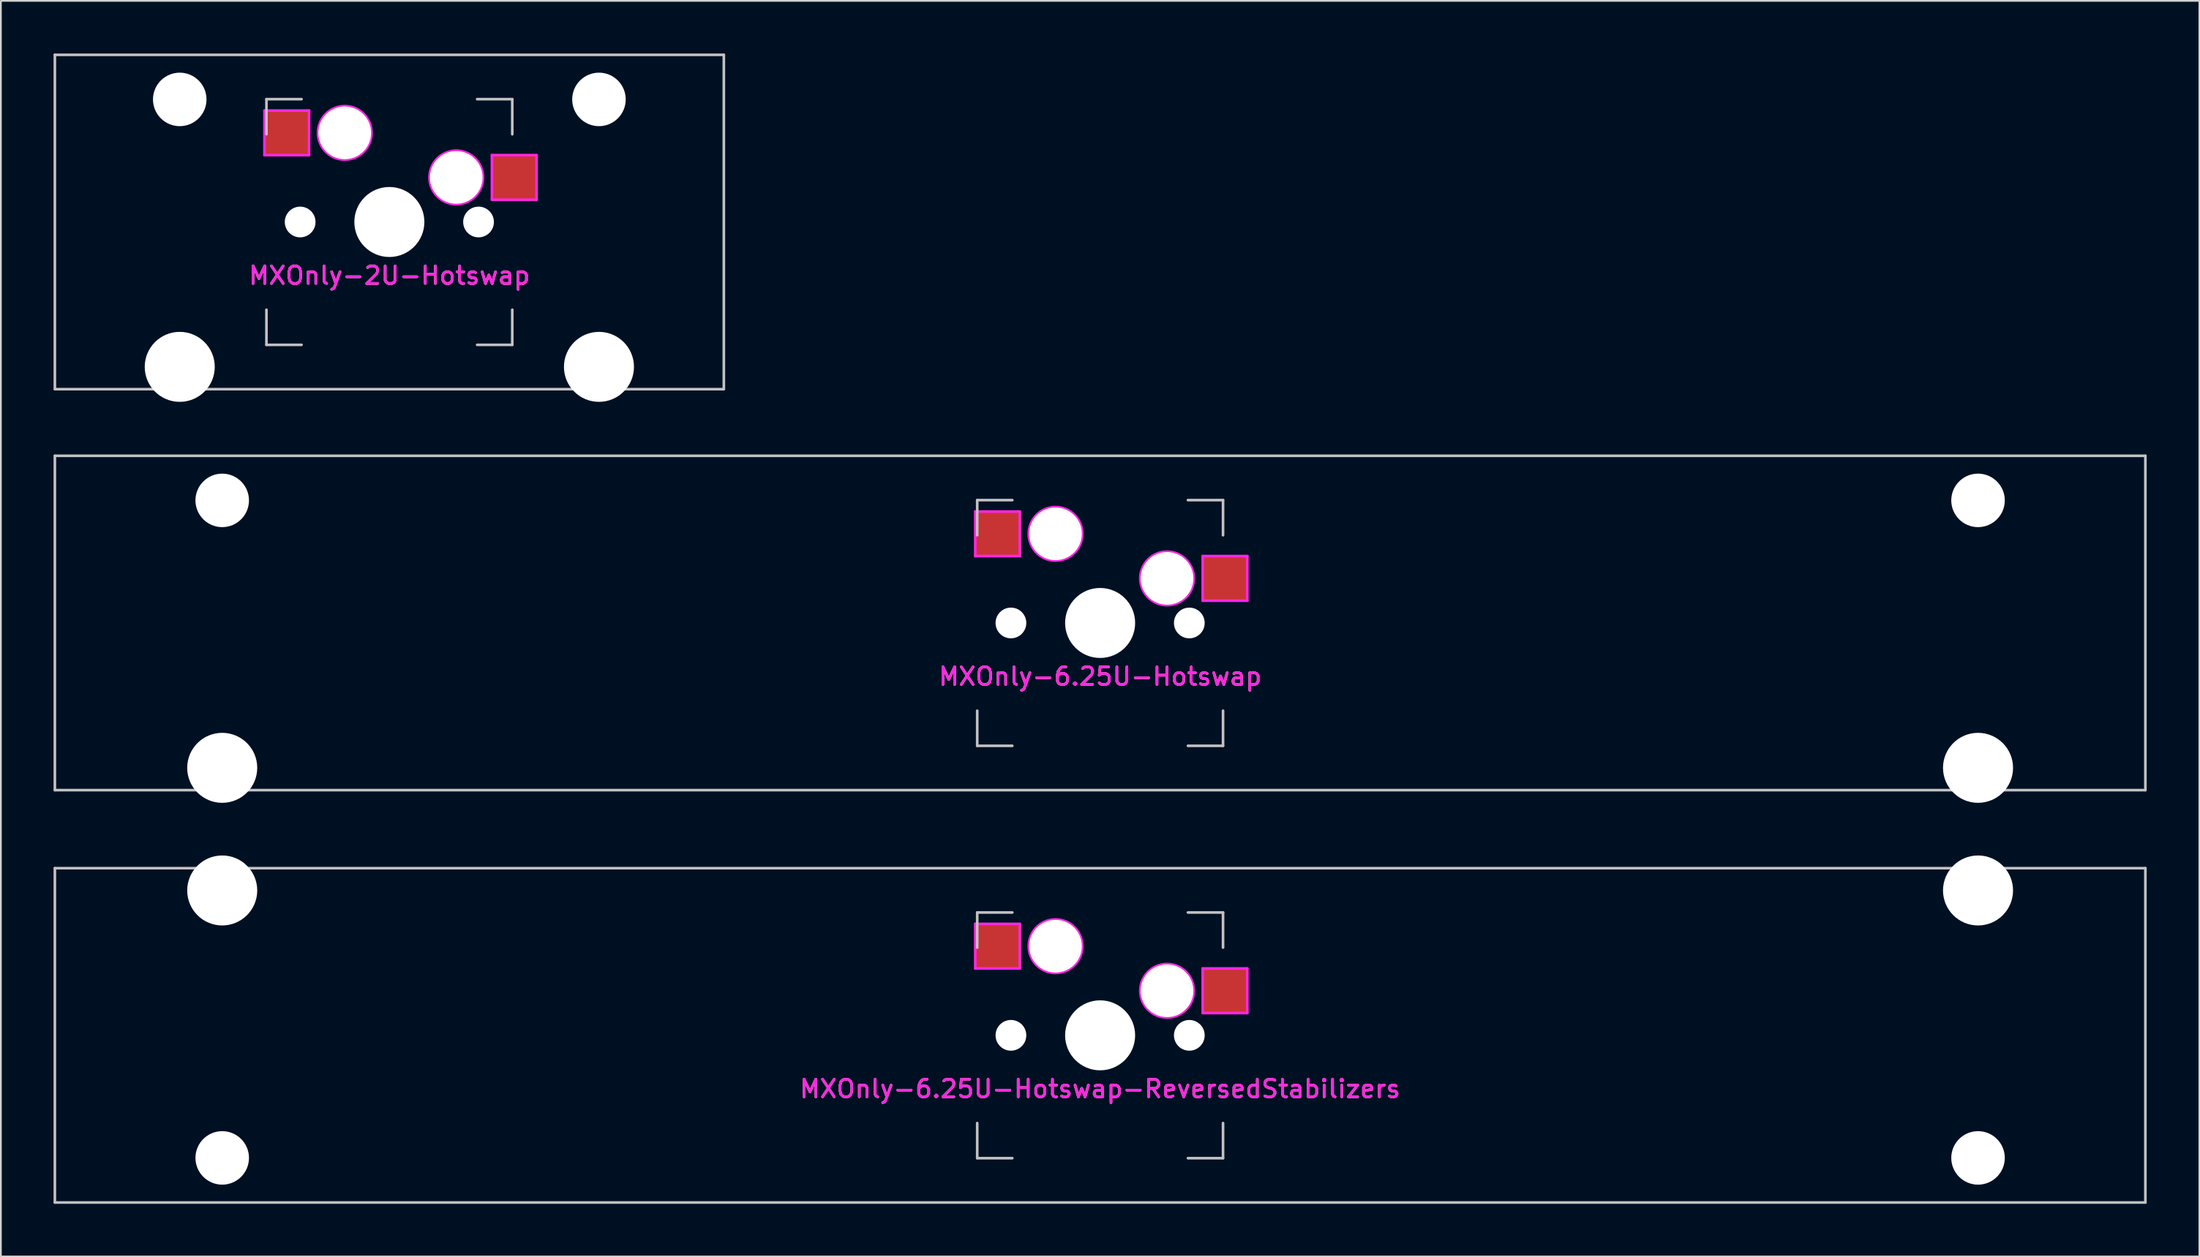
<source format=kicad_pcb>
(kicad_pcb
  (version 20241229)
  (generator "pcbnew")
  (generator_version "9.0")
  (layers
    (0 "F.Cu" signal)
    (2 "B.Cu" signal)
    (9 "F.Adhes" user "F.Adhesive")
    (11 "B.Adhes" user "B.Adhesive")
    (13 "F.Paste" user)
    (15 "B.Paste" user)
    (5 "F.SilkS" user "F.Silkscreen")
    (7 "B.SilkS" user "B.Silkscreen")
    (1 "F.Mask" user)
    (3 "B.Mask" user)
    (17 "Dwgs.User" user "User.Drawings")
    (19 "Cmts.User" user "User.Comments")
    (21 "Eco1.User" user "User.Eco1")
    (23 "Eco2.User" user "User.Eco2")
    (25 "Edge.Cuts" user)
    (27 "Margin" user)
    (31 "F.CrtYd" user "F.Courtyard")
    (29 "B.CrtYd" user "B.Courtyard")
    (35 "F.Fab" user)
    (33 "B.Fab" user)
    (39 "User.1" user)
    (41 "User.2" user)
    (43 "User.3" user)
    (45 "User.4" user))
  (footprint "MXOnly-6.25U-Hotswap"
    (layer "F.Cu")
    (at 59.606 32.449)
    (property "Reference" "MXOnly-6.25U-Hotswap" (at 0 3.048 0) (layer "F.CrtYd") (effects (font (size 1 1) (thickness 0.15))))
    (attr smd)
    (fp_line (start -59.531 -9.525) (end -59.531 9.525) (stroke (width 0.15) (type solid)) (layer "Dwgs.User"))
    (fp_line (start -59.531 9.525) (end 59.531 9.525) (stroke (width 0.15) (type solid)) (layer "Dwgs.User"))
    (fp_line (start -7 -7) (end -7 -5) (stroke (width 0.15) (type solid)) (layer "Dwgs.User"))
    (fp_line (start -7 7) (end -7 5) (stroke (width 0.15) (type solid)) (layer "Dwgs.User"))
    (fp_line (start -5 -7) (end -7 -7) (stroke (width 0.15) (type solid)) (layer "Dwgs.User"))
    (fp_line (start -5 7) (end -7 7) (stroke (width 0.15) (type solid)) (layer "Dwgs.User"))
    (fp_line (start 5 -7) (end 7 -7) (stroke (width 0.15) (type solid)) (layer "Dwgs.User"))
    (fp_line (start 7 -7) (end 7 -5) (stroke (width 0.15) (type solid)) (layer "Dwgs.User"))
    (fp_line (start 7 5) (end 7 7) (stroke (width 0.15) (type solid)) (layer "Dwgs.User"))
    (fp_line (start 7 7) (end 5 7) (stroke (width 0.15) (type solid)) (layer "Dwgs.User"))
    (fp_line (start 59.531 -9.525) (end -59.531 -9.525) (stroke (width 0.15) (type solid)) (layer "Dwgs.User"))
    (fp_line (start 59.531 9.525) (end 59.531 -9.525) (stroke (width 0.15) (type solid)) (layer "Dwgs.User"))
    (fp_line (start -7.112 -6.35) (end -7.112 -3.81) (stroke (width 0.15) (type solid)) (layer "F.CrtYd"))
    (fp_line (start -7.112 -3.81) (end -4.572 -3.81) (stroke (width 0.15) (type solid)) (layer "F.CrtYd"))
    (fp_line (start -4.572 -6.35) (end -7.112 -6.35) (stroke (width 0.15) (type solid)) (layer "F.CrtYd"))
    (fp_line (start -4.572 -3.81) (end -4.572 -6.35) (stroke (width 0.15) (type solid)) (layer "F.CrtYd"))
    (fp_line (start 5.842 -3.81) (end 5.842 -1.27) (stroke (width 0.15) (type solid)) (layer "F.CrtYd"))
    (fp_line (start 5.842 -1.27) (end 8.382 -1.27) (stroke (width 0.15) (type solid)) (layer "F.CrtYd"))
    (fp_line (start 8.382 -3.81) (end 5.842 -3.81) (stroke (width 0.15) (type solid)) (layer "F.CrtYd"))
    (fp_line (start 8.382 -1.27) (end 8.382 -3.81) (stroke (width 0.15) (type solid)) (layer "F.CrtYd"))
    (fp_circle (center -2.54 -5.08) (end -2.54 -6.604) (stroke (width 0.15) (type solid)) (fill no) (layer "F.CrtYd"))
    (fp_circle (center 3.81 -2.54) (end 3.81 -4.064) (stroke (width 0.15) (type solid)) (fill no) (layer "F.CrtYd"))
    (fp_text user "${REFERENCE}" (at 0 3.048 0) (layer "F.SilkS") (effects (font (size 1 1) (thickness 0.15))))
    (pad "" np_thru_hole circle (at -50 -6.985) (size 3.048 3.048) (drill 3.048) (layers "*.Cu" "*.Mask"))
    (pad "" np_thru_hole circle (at -50 8.255) (size 3.988 3.988) (drill 3.988) (layers "*.Cu" "*.Mask"))
    (pad "" np_thru_hole circle (at -5.08 0 311.9) (size 1.75 1.75) (drill 1.75) (layers "*.Cu" "*.Mask"))
    (pad "" np_thru_hole circle (at -2.54 -5.08) (size 3 3) (drill 3) (layers "*.Cu" "*.Mask"))
    (pad "" np_thru_hole circle (at 0 0) (size 3.988 3.988) (drill 3.988) (layers "*.Cu" "*.Mask"))
    (pad "" np_thru_hole circle (at 3.81 -2.54) (size 3 3) (drill 3) (layers "*.Cu" "*.Mask"))
    (pad "" np_thru_hole circle (at 5.08 0 311.9) (size 1.75 1.75) (drill 1.75) (layers "*.Cu" "*.Mask"))
    (pad "" np_thru_hole circle (at 50 -6.985) (size 3.048 3.048) (drill 3.048) (layers "*.Cu" "*.Mask"))
    (pad "" np_thru_hole circle (at 50 8.255) (size 3.988 3.988) (drill 3.988) (layers "*.Cu" "*.Mask"))
    (pad "1" smd rect (at 7.085 -2.54) (size 2.55 2.5) (layers "F.Cu" "F.Mask" "F.Paste"))
    (pad "2" smd rect (at -5.842 -5.08) (size 2.55 2.5) (layers "F.Cu" "F.Mask" "F.Paste")))
  (footprint "MXOnly-6.25U-Hotswap-ReversedStabilizers"
    (layer "F.Cu")
    (at 59.606 55.947)
    (property "Reference" "MXOnly-6.25U-Hotswap-ReversedStabilizers" (at 0 3.048 0) (layer "F.CrtYd") (effects (font (size 1 1) (thickness 0.15))))
    (attr smd)
    (fp_line (start -59.531 -9.525) (end -59.531 9.525) (stroke (width 0.15) (type solid)) (layer "Dwgs.User"))
    (fp_line (start -59.531 9.525) (end 59.531 9.525) (stroke (width 0.15) (type solid)) (layer "Dwgs.User"))
    (fp_line (start -7 -7) (end -7 -5) (stroke (width 0.15) (type solid)) (layer "Dwgs.User"))
    (fp_line (start -7 7) (end -7 5) (stroke (width 0.15) (type solid)) (layer "Dwgs.User"))
    (fp_line (start -5 -7) (end -7 -7) (stroke (width 0.15) (type solid)) (layer "Dwgs.User"))
    (fp_line (start -5 7) (end -7 7) (stroke (width 0.15) (type solid)) (layer "Dwgs.User"))
    (fp_line (start 5 -7) (end 7 -7) (stroke (width 0.15) (type solid)) (layer "Dwgs.User"))
    (fp_line (start 7 -7) (end 7 -5) (stroke (width 0.15) (type solid)) (layer "Dwgs.User"))
    (fp_line (start 7 5) (end 7 7) (stroke (width 0.15) (type solid)) (layer "Dwgs.User"))
    (fp_line (start 7 7) (end 5 7) (stroke (width 0.15) (type solid)) (layer "Dwgs.User"))
    (fp_line (start 59.531 -9.525) (end -59.531 -9.525) (stroke (width 0.15) (type solid)) (layer "Dwgs.User"))
    (fp_line (start 59.531 9.525) (end 59.531 -9.525) (stroke (width 0.15) (type solid)) (layer "Dwgs.User"))
    (fp_line (start -7.112 -6.35) (end -7.112 -3.81) (stroke (width 0.15) (type solid)) (layer "F.CrtYd"))
    (fp_line (start -7.112 -3.81) (end -4.572 -3.81) (stroke (width 0.15) (type solid)) (layer "F.CrtYd"))
    (fp_line (start -4.572 -6.35) (end -7.112 -6.35) (stroke (width 0.15) (type solid)) (layer "F.CrtYd"))
    (fp_line (start -4.572 -3.81) (end -4.572 -6.35) (stroke (width 0.15) (type solid)) (layer "F.CrtYd"))
    (fp_line (start 5.842 -3.81) (end 5.842 -1.27) (stroke (width 0.15) (type solid)) (layer "F.CrtYd"))
    (fp_line (start 5.842 -1.27) (end 8.382 -1.27) (stroke (width 0.15) (type solid)) (layer "F.CrtYd"))
    (fp_line (start 8.382 -3.81) (end 5.842 -3.81) (stroke (width 0.15) (type solid)) (layer "F.CrtYd"))
    (fp_line (start 8.382 -1.27) (end 8.382 -3.81) (stroke (width 0.15) (type solid)) (layer "F.CrtYd"))
    (fp_circle (center -2.54 -5.08) (end -2.54 -6.604) (stroke (width 0.15) (type solid)) (fill no) (layer "F.CrtYd"))
    (fp_circle (center 3.81 -2.54) (end 3.81 -4.064) (stroke (width 0.15) (type solid)) (fill no) (layer "F.CrtYd"))
    (fp_text user "${REFERENCE}" (at 0 3.048 0) (layer "F.SilkS") (effects (font (size 1 1) (thickness 0.15))))
    (pad "" np_thru_hole circle (at -50 -8.255) (size 3.988 3.988) (drill 3.988) (layers "*.Cu" "*.Mask"))
    (pad "" np_thru_hole circle (at -50 6.985) (size 3.048 3.048) (drill 3.048) (layers "*.Cu" "*.Mask"))
    (pad "" np_thru_hole circle (at -5.08 0 311.9) (size 1.75 1.75) (drill 1.75) (layers "*.Cu" "*.Mask"))
    (pad "" np_thru_hole circle (at -2.54 -5.08) (size 3 3) (drill 3) (layers "*.Cu" "*.Mask"))
    (pad "" np_thru_hole circle (at 0 0) (size 3.988 3.988) (drill 3.988) (layers "*.Cu" "*.Mask"))
    (pad "" np_thru_hole circle (at 3.81 -2.54) (size 3 3) (drill 3) (layers "*.Cu" "*.Mask"))
    (pad "" np_thru_hole circle (at 5.08 0 311.9) (size 1.75 1.75) (drill 1.75) (layers "*.Cu" "*.Mask"))
    (pad "" np_thru_hole circle (at 50 -8.255) (size 3.988 3.988) (drill 3.988) (layers "*.Cu" "*.Mask"))
    (pad "" np_thru_hole circle (at 50 6.985) (size 3.048 3.048) (drill 3.048) (layers "*.Cu" "*.Mask"))
    (pad "1" smd rect (at 7.085 -2.54) (size 2.55 2.5) (layers "F.Cu" "F.Mask" "F.Paste"))
    (pad "2" smd rect (at -5.842 -5.08) (size 2.55 2.5) (layers "F.Cu" "F.Mask" "F.Paste")))
  (footprint "MXOnly-2U-Hotswap"
    (layer "F.Cu")
    (at 19.125 9.6)
    (property "Reference" "MXOnly-2U-Hotswap" (at 0 3.048 0) (layer "F.CrtYd") (effects (font (size 1 1) (thickness 0.15))))
    (attr smd)
    (fp_line (start -19.05 -9.525) (end -19.05 9.525) (stroke (width 0.15) (type solid)) (layer "Dwgs.User"))
    (fp_line (start -19.05 9.525) (end 19.05 9.525) (stroke (width 0.15) (type solid)) (layer "Dwgs.User"))
    (fp_line (start -7 -7) (end -7 -5) (stroke (width 0.15) (type solid)) (layer "Dwgs.User"))
    (fp_line (start -7 7) (end -7 5) (stroke (width 0.15) (type solid)) (layer "Dwgs.User"))
    (fp_line (start -5 -7) (end -7 -7) (stroke (width 0.15) (type solid)) (layer "Dwgs.User"))
    (fp_line (start -5 7) (end -7 7) (stroke (width 0.15) (type solid)) (layer "Dwgs.User"))
    (fp_line (start 5 -7) (end 7 -7) (stroke (width 0.15) (type solid)) (layer "Dwgs.User"))
    (fp_line (start 7 -7) (end 7 -5) (stroke (width 0.15) (type solid)) (layer "Dwgs.User"))
    (fp_line (start 7 5) (end 7 7) (stroke (width 0.15) (type solid)) (layer "Dwgs.User"))
    (fp_line (start 7 7) (end 5 7) (stroke (width 0.15) (type solid)) (layer "Dwgs.User"))
    (fp_line (start 19.05 -9.525) (end -19.05 -9.525) (stroke (width 0.15) (type solid)) (layer "Dwgs.User"))
    (fp_line (start 19.05 9.525) (end 19.05 -9.525) (stroke (width 0.15) (type solid)) (layer "Dwgs.User"))
    (fp_line (start -7.112 -6.35) (end -7.112 -3.81) (stroke (width 0.15) (type solid)) (layer "F.CrtYd"))
    (fp_line (start -7.112 -3.81) (end -4.572 -3.81) (stroke (width 0.15) (type solid)) (layer "F.CrtYd"))
    (fp_line (start -4.572 -6.35) (end -7.112 -6.35) (stroke (width 0.15) (type solid)) (layer "F.CrtYd"))
    (fp_line (start -4.572 -3.81) (end -4.572 -6.35) (stroke (width 0.15) (type solid)) (layer "F.CrtYd"))
    (fp_line (start 5.842 -3.81) (end 5.842 -1.27) (stroke (width 0.15) (type solid)) (layer "F.CrtYd"))
    (fp_line (start 5.842 -1.27) (end 8.382 -1.27) (stroke (width 0.15) (type solid)) (layer "F.CrtYd"))
    (fp_line (start 8.382 -3.81) (end 5.842 -3.81) (stroke (width 0.15) (type solid)) (layer "F.CrtYd"))
    (fp_line (start 8.382 -1.27) (end 8.382 -3.81) (stroke (width 0.15) (type solid)) (layer "F.CrtYd"))
    (fp_circle (center -2.54 -5.08) (end -2.54 -6.604) (stroke (width 0.15) (type solid)) (fill no) (layer "F.CrtYd"))
    (fp_circle (center 3.81 -2.54) (end 3.81 -4.064) (stroke (width 0.15) (type solid)) (fill no) (layer "F.CrtYd"))
    (fp_text user "${REFERENCE}" (at 0 3.048 0) (layer "F.SilkS") (effects (font (size 1 1) (thickness 0.15))))
    (pad "" np_thru_hole circle (at -11.938 -6.985) (size 3.048 3.048) (drill 3.048) (layers "*.Cu" "*.Mask"))
    (pad "" np_thru_hole circle (at -11.938 8.255) (size 3.988 3.988) (drill 3.988) (layers "*.Cu" "*.Mask"))
    (pad "" np_thru_hole circle (at -5.08 0 311.9) (size 1.75 1.75) (drill 1.75) (layers "*.Cu" "*.Mask"))
    (pad "" np_thru_hole circle (at -2.54 -5.08) (size 3 3) (drill 3) (layers "*.Cu" "*.Mask"))
    (pad "" np_thru_hole circle (at 0 0) (size 3.988 3.988) (drill 3.988) (layers "*.Cu" "*.Mask"))
    (pad "" np_thru_hole circle (at 3.81 -2.54) (size 3 3) (drill 3) (layers "*.Cu" "*.Mask"))
    (pad "" np_thru_hole circle (at 5.08 0 311.9) (size 1.75 1.75) (drill 1.75) (layers "*.Cu" "*.Mask"))
    (pad "" np_thru_hole circle (at 11.938 -6.985) (size 3.048 3.048) (drill 3.048) (layers "*.Cu" "*.Mask"))
    (pad "" np_thru_hole circle (at 11.938 8.255) (size 3.988 3.988) (drill 3.988) (layers "*.Cu" "*.Mask"))
    (pad "1" smd rect (at 7.085 -2.54) (size 2.55 2.5) (layers "F.Cu" "F.Mask" "F.Paste"))
    (pad "2" smd rect (at -5.842 -5.08) (size 2.55 2.5) (layers "F.Cu" "F.Mask" "F.Paste")))
  (gr_rect
    (start -3 -3)
    (end 122.213 68.547)
    (stroke (width 0.1) (type default))
    (fill no)
    (layer "Edge.Cuts")))
</source>
